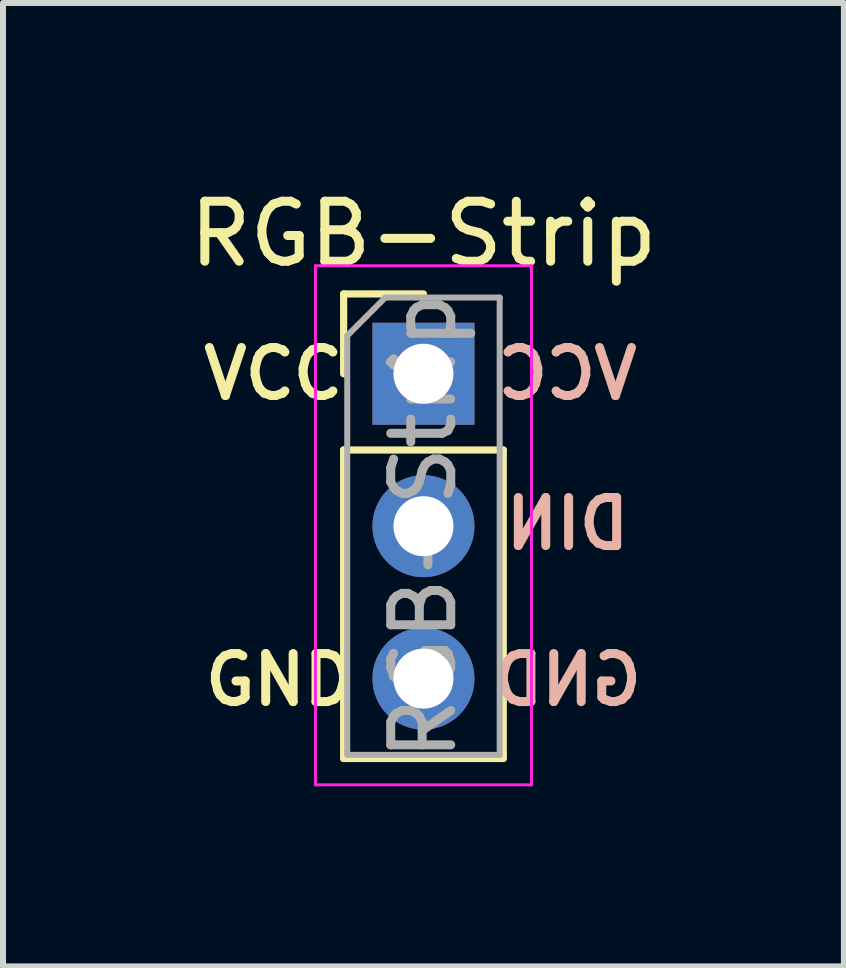
<source format=kicad_pcb>
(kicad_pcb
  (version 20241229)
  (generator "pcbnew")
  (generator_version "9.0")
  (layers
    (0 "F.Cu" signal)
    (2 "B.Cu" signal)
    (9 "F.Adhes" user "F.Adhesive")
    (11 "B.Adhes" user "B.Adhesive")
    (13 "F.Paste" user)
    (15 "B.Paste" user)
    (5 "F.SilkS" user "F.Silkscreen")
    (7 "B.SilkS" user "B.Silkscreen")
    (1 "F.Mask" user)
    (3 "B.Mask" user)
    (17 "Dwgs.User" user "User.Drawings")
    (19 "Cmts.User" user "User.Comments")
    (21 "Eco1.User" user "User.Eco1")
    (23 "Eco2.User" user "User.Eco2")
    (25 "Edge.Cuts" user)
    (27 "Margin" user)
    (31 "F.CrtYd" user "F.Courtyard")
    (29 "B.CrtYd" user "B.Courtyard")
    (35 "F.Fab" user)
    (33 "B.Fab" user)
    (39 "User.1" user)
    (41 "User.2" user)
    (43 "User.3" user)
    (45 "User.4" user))
  (footprint "RGB-Strip"
    (layer "F.Cu")
    (at 4.006 3.178)
    (property "Reference" "RGB-Strip" (at 0 -2.33 0) (layer "F.SilkS") (effects (font (size 1 1) (thickness 0.15))))
    (attr through_hole)
    (fp_line (start -1.33 -1.33) (end 0 -1.33) (stroke (width 0.12) (type solid)) (layer "F.SilkS"))
    (fp_line (start -1.33 0) (end -1.33 -1.33) (stroke (width 0.12) (type solid)) (layer "F.SilkS"))
    (fp_line (start -1.33 1.27) (end -1.33 6.41) (stroke (width 0.12) (type solid)) (layer "F.SilkS"))
    (fp_line (start -1.33 1.27) (end 1.33 1.27) (stroke (width 0.12) (type solid)) (layer "F.SilkS"))
    (fp_line (start -1.33 6.41) (end 1.33 6.41) (stroke (width 0.12) (type solid)) (layer "F.SilkS"))
    (fp_line (start 1.33 1.27) (end 1.33 6.41) (stroke (width 0.12) (type solid)) (layer "F.SilkS"))
    (fp_line (start -1.8 -1.8) (end -1.8 6.85) (stroke (width 0.05) (type solid)) (layer "F.CrtYd"))
    (fp_line (start -1.8 6.85) (end 1.8 6.85) (stroke (width 0.05) (type solid)) (layer "F.CrtYd"))
    (fp_line (start 1.8 -1.8) (end -1.8 -1.8) (stroke (width 0.05) (type solid)) (layer "F.CrtYd"))
    (fp_line (start 1.8 6.85) (end 1.8 -1.8) (stroke (width 0.05) (type solid)) (layer "F.CrtYd"))
    (fp_line (start -1.27 -0.635) (end -0.635 -1.27) (stroke (width 0.1) (type solid)) (layer "F.Fab"))
    (fp_line (start -1.27 6.35) (end -1.27 -0.635) (stroke (width 0.1) (type solid)) (layer "F.Fab"))
    (fp_line (start -0.635 -1.27) (end 1.27 -1.27) (stroke (width 0.1) (type solid)) (layer "F.Fab"))
    (fp_line (start 1.27 -1.27) (end 1.27 6.35) (stroke (width 0.1) (type solid)) (layer "F.Fab"))
    (fp_line (start 1.27 6.35) (end -1.27 6.35) (stroke (width 0.1) (type solid)) (layer "F.Fab"))
    (fp_text user "GND" (at -2.4 5.1 0) (layer "F.SilkS") (effects (font (size 0.8 0.8) (thickness 0.15))))
    (fp_text user "VCC" (at -2.5 0 0) (layer "F.SilkS") (effects (font (size 0.8 0.8) (thickness 0.15))))
    (fp_text user "VCC" (at 2.4 0 0) (layer "B.SilkS") (effects (font (size 0.8 0.8) (thickness 0.15)) (justify mirror)))
    (fp_text user "DIN" (at 2.4 2.5 0) (layer "B.SilkS") (effects (font (size 0.8 0.8) (thickness 0.15)) (justify mirror)))
    (fp_text user "GND" (at 2.4 5.1 0) (layer "B.SilkS") (effects (font (size 0.8 0.8) (thickness 0.15)) (justify mirror)))
    (fp_text user "${REFERENCE}" (at 0 2.54 90) (layer "F.Fab") (effects (font (size 1 1) (thickness 0.15))))
    (pad "1" thru_hole rect (at 0 0) (size 1.7 1.7) (drill 1) (layers "*.Cu" "*.Mask"))
    (pad "2" thru_hole oval (at 0 2.54) (size 1.7 1.7) (drill 1) (layers "*.Cu" "*.Mask"))
    (pad "3" thru_hole oval (at 0 5.08) (size 1.7 1.7) (drill 1) (layers "*.Cu" "*.Mask")))
  (gr_rect
    (start -3 -3)
    (end 11.012 13.053)
    (stroke (width 0.1) (type default))
    (fill no)
    (layer "Edge.Cuts")))
</source>
